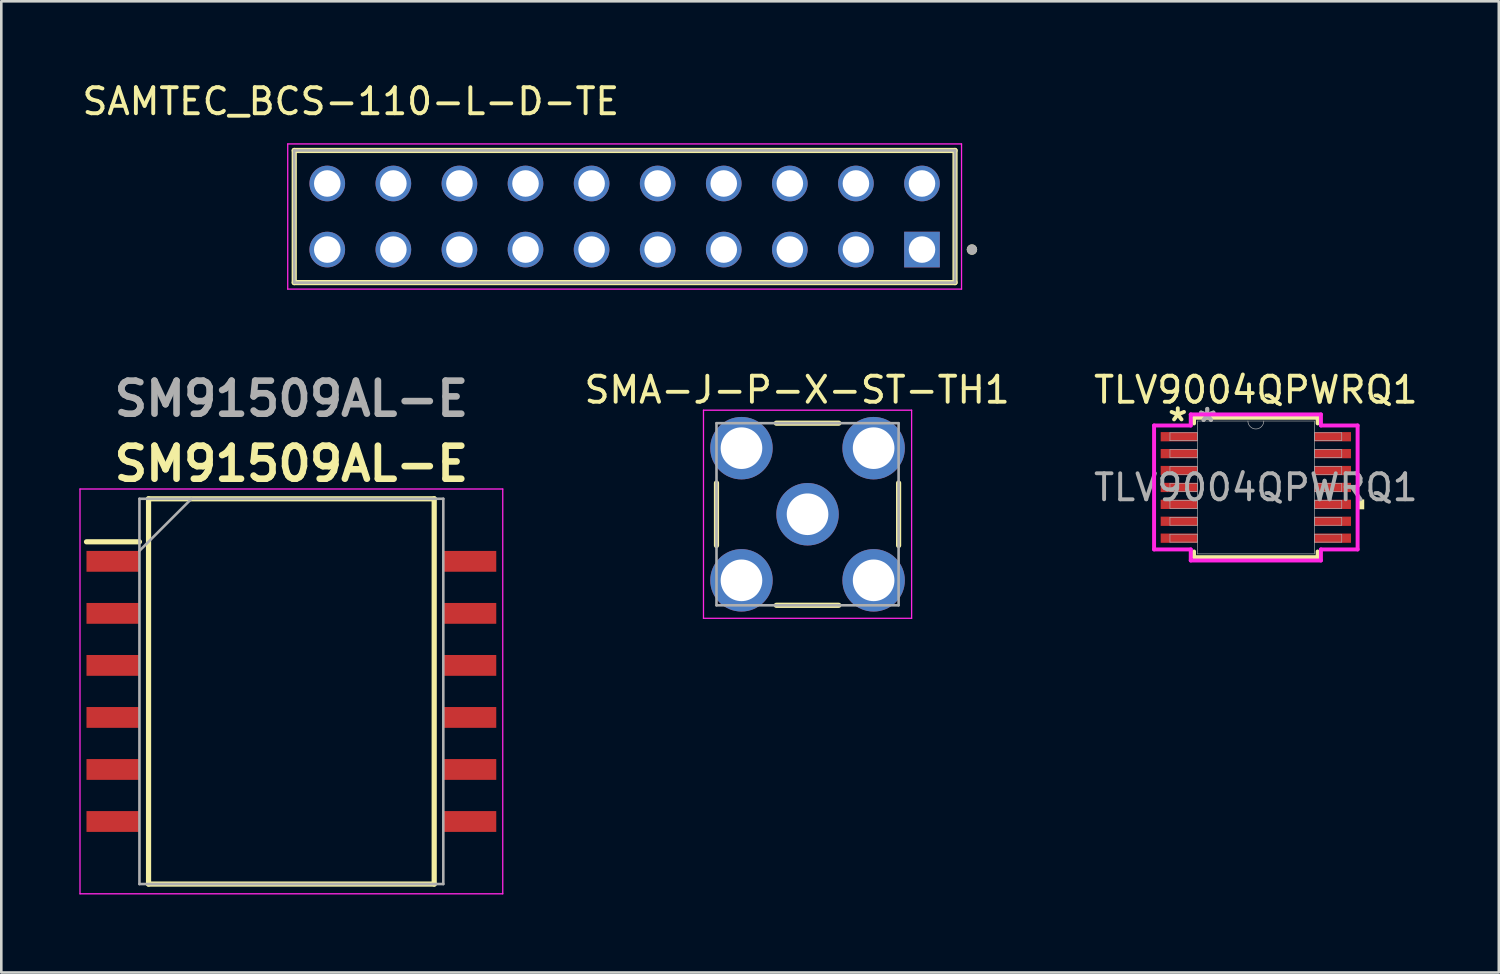
<source format=kicad_pcb>
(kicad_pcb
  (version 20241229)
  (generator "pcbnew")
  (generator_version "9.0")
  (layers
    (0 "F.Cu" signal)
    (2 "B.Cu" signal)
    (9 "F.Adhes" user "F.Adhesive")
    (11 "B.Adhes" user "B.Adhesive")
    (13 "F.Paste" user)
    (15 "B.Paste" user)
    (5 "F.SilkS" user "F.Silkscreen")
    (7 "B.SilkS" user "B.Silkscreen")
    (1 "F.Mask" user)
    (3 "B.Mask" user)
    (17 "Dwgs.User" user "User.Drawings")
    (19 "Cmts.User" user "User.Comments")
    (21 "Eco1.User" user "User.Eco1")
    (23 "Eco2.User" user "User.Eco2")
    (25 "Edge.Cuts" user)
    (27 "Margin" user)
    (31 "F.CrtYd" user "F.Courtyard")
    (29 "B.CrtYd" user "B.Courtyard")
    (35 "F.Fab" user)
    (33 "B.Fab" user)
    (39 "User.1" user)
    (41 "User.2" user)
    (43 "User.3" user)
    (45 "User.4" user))
  (footprint "SM91509AL-E"
    (layer "F.Cu")
    (at 8.15 23.527)
    (property "Reference" "SM91509AL-E" (at 0 -8.75 0) (layer "F.SilkS") (effects (font (size 1.27 1.27) (thickness 0.254))))
    (attr smd)
    (fp_line (start -7.875 -5.75) (end -5.84 -5.75) (stroke (width 0.2) (type solid)) (layer "F.SilkS"))
    (fp_line (start -5.49 -7.405) (end 5.49 -7.405) (stroke (width 0.2) (type solid)) (layer "F.SilkS"))
    (fp_line (start -5.49 7.405) (end -5.49 -7.405) (stroke (width 0.2) (type solid)) (layer "F.SilkS"))
    (fp_line (start 5.49 -7.405) (end 5.49 7.405) (stroke (width 0.2) (type solid)) (layer "F.SilkS"))
    (fp_line (start 5.49 7.405) (end -5.49 7.405) (stroke (width 0.2) (type solid)) (layer "F.SilkS"))
    (fp_line (start -8.125 -7.78) (end 8.125 -7.78) (stroke (width 0.05) (type solid)) (layer "F.CrtYd"))
    (fp_line (start -8.125 7.78) (end -8.125 -7.78) (stroke (width 0.05) (type solid)) (layer "F.CrtYd"))
    (fp_line (start 8.125 -7.78) (end 8.125 7.78) (stroke (width 0.05) (type solid)) (layer "F.CrtYd"))
    (fp_line (start 8.125 7.78) (end -8.125 7.78) (stroke (width 0.05) (type solid)) (layer "F.CrtYd"))
    (fp_line (start -5.84 -7.405) (end 5.84 -7.405) (stroke (width 0.1) (type solid)) (layer "F.Fab"))
    (fp_line (start -5.84 -5.405) (end -3.84 -7.405) (stroke (width 0.1) (type solid)) (layer "F.Fab"))
    (fp_line (start -5.84 7.405) (end -5.84 -7.405) (stroke (width 0.1) (type solid)) (layer "F.Fab"))
    (fp_line (start 5.84 -7.405) (end 5.84 7.405) (stroke (width 0.1) (type solid)) (layer "F.Fab"))
    (fp_line (start 5.84 7.405) (end -5.84 7.405) (stroke (width 0.1) (type solid)) (layer "F.Fab"))
    (fp_text user "${REFERENCE}" (at 0 -11.25 0) (layer "F.Fab") (effects (font (size 1.27 1.27) (thickness 0.254))))
    (pad "1" smd rect (at -6.858 -5 90) (size 0.8 2.035) (layers "F.Cu" "F.Mask" "F.Paste"))
    (pad "2" smd rect (at -6.858 -3 90) (size 0.8 2.035) (layers "F.Cu" "F.Mask" "F.Paste"))
    (pad "3" smd rect (at -6.858 -1 90) (size 0.8 2.035) (layers "F.Cu" "F.Mask" "F.Paste"))
    (pad "4" smd rect (at -6.858 1 90) (size 0.8 2.035) (layers "F.Cu" "F.Mask" "F.Paste"))
    (pad "5" smd rect (at -6.858 3 90) (size 0.8 2.035) (layers "F.Cu" "F.Mask" "F.Paste"))
    (pad "6" smd rect (at -6.858 5 90) (size 0.8 2.035) (layers "F.Cu" "F.Mask" "F.Paste"))
    (pad "7" smd rect (at 6.858 5 90) (size 0.8 2.035) (layers "F.Cu" "F.Mask" "F.Paste"))
    (pad "8" smd rect (at 6.858 3 90) (size 0.8 2.035) (layers "F.Cu" "F.Mask" "F.Paste"))
    (pad "9" smd rect (at 6.858 1 90) (size 0.8 2.035) (layers "F.Cu" "F.Mask" "F.Paste"))
    (pad "10" smd rect (at 6.858 -1 90) (size 0.8 2.035) (layers "F.Cu" "F.Mask" "F.Paste"))
    (pad "11" smd rect (at 6.858 -3 90) (size 0.8 2.035) (layers "F.Cu" "F.Mask" "F.Paste"))
    (pad "12" smd rect (at 6.858 -5 90) (size 0.8 2.035) (layers "F.Cu" "F.Mask" "F.Paste")))
  (footprint "SAMTEC_BCS-110-L-D-TE"
    (layer "F.Cu")
    (at 20.96 5.273)
    (property "Reference" "SAMTEC_BCS-110-L-D-TE" (at -10.525 -4.425 0) (layer "F.SilkS") (effects (font (size 1 1) (thickness 0.15))))
    (attr through_hole)
    (fp_line (start -12.7 2.54) (end -12.7 -2.54) (stroke (width 0.2) (type solid)) (layer "F.SilkS"))
    (fp_line (start 12.7 -2.54) (end -12.7 -2.54) (stroke (width 0.2) (type solid)) (layer "F.SilkS"))
    (fp_line (start 12.7 -2.54) (end 12.7 2.54) (stroke (width 0.2) (type solid)) (layer "F.SilkS"))
    (fp_line (start 12.7 2.54) (end -12.7 2.54) (stroke (width 0.2) (type solid)) (layer "F.SilkS"))
    (fp_circle (center 13.35 1.27) (end 13.45 1.27) (stroke (width 0.2) (type solid)) (fill no) (layer "F.SilkS"))
    (fp_line (start -12.95 -2.79) (end 12.95 -2.79) (stroke (width 0.05) (type solid)) (layer "F.CrtYd"))
    (fp_line (start -12.95 2.79) (end -12.95 -2.79) (stroke (width 0.05) (type solid)) (layer "F.CrtYd"))
    (fp_line (start 12.95 -2.79) (end 12.95 2.79) (stroke (width 0.05) (type solid)) (layer "F.CrtYd"))
    (fp_line (start 12.95 2.79) (end -12.95 2.79) (stroke (width 0.05) (type solid)) (layer "F.CrtYd"))
    (fp_line (start -12.7 -2.54) (end 12.7 -2.54) (stroke (width 0.1) (type solid)) (layer "F.Fab"))
    (fp_line (start -12.7 2.54) (end -12.7 -2.54) (stroke (width 0.1) (type solid)) (layer "F.Fab"))
    (fp_line (start 12.7 -2.54) (end 12.7 2.54) (stroke (width 0.1) (type solid)) (layer "F.Fab"))
    (fp_line (start 12.7 2.54) (end -12.7 2.54) (stroke (width 0.1) (type solid)) (layer "F.Fab"))
    (fp_circle (center 13.35 1.27) (end 13.45 1.27) (stroke (width 0.2) (type solid)) (fill no) (layer "F.Fab"))
    (pad "01" thru_hole rect (at 11.43 1.27) (size 1.37 1.37) (drill 1.02) (layers "*.Cu" "*.Mask"))
    (pad "02" thru_hole circle (at 11.43 -1.27) (size 1.37 1.37) (drill 1.02) (layers "*.Cu" "*.Mask"))
    (pad "03" thru_hole circle (at 8.89 1.27) (size 1.37 1.37) (drill 1.02) (layers "*.Cu" "*.Mask"))
    (pad "04" thru_hole circle (at 8.89 -1.27) (size 1.37 1.37) (drill 1.02) (layers "*.Cu" "*.Mask"))
    (pad "05" thru_hole circle (at 6.35 1.27) (size 1.37 1.37) (drill 1.02) (layers "*.Cu" "*.Mask"))
    (pad "06" thru_hole circle (at 6.35 -1.27) (size 1.37 1.37) (drill 1.02) (layers "*.Cu" "*.Mask"))
    (pad "07" thru_hole circle (at 3.81 1.27) (size 1.37 1.37) (drill 1.02) (layers "*.Cu" "*.Mask"))
    (pad "08" thru_hole circle (at 3.81 -1.27) (size 1.37 1.37) (drill 1.02) (layers "*.Cu" "*.Mask"))
    (pad "09" thru_hole circle (at 1.27 1.27) (size 1.37 1.37) (drill 1.02) (layers "*.Cu" "*.Mask"))
    (pad "10" thru_hole circle (at 1.27 -1.27) (size 1.37 1.37) (drill 1.02) (layers "*.Cu" "*.Mask"))
    (pad "11" thru_hole circle (at -1.27 1.27) (size 1.37 1.37) (drill 1.02) (layers "*.Cu" "*.Mask"))
    (pad "12" thru_hole circle (at -1.27 -1.27) (size 1.37 1.37) (drill 1.02) (layers "*.Cu" "*.Mask"))
    (pad "13" thru_hole circle (at -3.81 1.27) (size 1.37 1.37) (drill 1.02) (layers "*.Cu" "*.Mask"))
    (pad "14" thru_hole circle (at -3.81 -1.27) (size 1.37 1.37) (drill 1.02) (layers "*.Cu" "*.Mask"))
    (pad "15" thru_hole circle (at -6.35 1.27) (size 1.37 1.37) (drill 1.02) (layers "*.Cu" "*.Mask"))
    (pad "16" thru_hole circle (at -6.35 -1.27) (size 1.37 1.37) (drill 1.02) (layers "*.Cu" "*.Mask"))
    (pad "17" thru_hole circle (at -8.89 1.27) (size 1.37 1.37) (drill 1.02) (layers "*.Cu" "*.Mask"))
    (pad "18" thru_hole circle (at -8.89 -1.27) (size 1.37 1.37) (drill 1.02) (layers "*.Cu" "*.Mask"))
    (pad "19" thru_hole circle (at -11.43 1.27) (size 1.37 1.37) (drill 1.02) (layers "*.Cu" "*.Mask"))
    (pad "20" thru_hole circle (at -11.43 -1.27) (size 1.37 1.37) (drill 1.02) (layers "*.Cu" "*.Mask")))
  (footprint "TLV9004QPWRQ1"
    (layer "F.Cu")
    (at 45.223 15.687)
    (property "Reference" "TLV9004QPWRQ1" (at 0 -3.75 0) (unlocked yes) (layer "F.SilkS") (effects (font (size 1 1) (thickness 0.15))))
    (attr smd)
    (fp_line (start -2.375 -2.68) (end -2.375 -2.461) (stroke (width 0.152) (type solid)) (layer "F.SilkS"))
    (fp_line (start -2.375 2.461) (end -2.375 2.68) (stroke (width 0.152) (type solid)) (layer "F.SilkS"))
    (fp_line (start -2.375 2.68) (end 2.375 2.68) (stroke (width 0.152) (type solid)) (layer "F.SilkS"))
    (fp_line (start 2.375 -2.68) (end -2.375 -2.68) (stroke (width 0.152) (type solid)) (layer "F.SilkS"))
    (fp_line (start 2.375 -2.461) (end 2.375 -2.68) (stroke (width 0.152) (type solid)) (layer "F.SilkS"))
    (fp_line (start 2.375 2.68) (end 2.375 2.461) (stroke (width 0.152) (type solid)) (layer "F.SilkS"))
    (fp_poly (pts (xy 4.166 0.459) (xy 4.166 0.84) (xy 3.912 0.84) (xy 3.912 0.459)) (stroke (width 0) (type solid)) (fill yes) (layer "F.SilkS"))
    (fp_line (start -3.912 -2.382) (end -2.502 -2.382) (stroke (width 0.152) (type solid)) (layer "F.CrtYd"))
    (fp_line (start -3.912 2.382) (end -3.912 -2.382) (stroke (width 0.152) (type solid)) (layer "F.CrtYd"))
    (fp_line (start -3.912 2.382) (end -2.502 2.382) (stroke (width 0.152) (type solid)) (layer "F.CrtYd"))
    (fp_line (start -2.502 -2.807) (end 2.502 -2.807) (stroke (width 0.152) (type solid)) (layer "F.CrtYd"))
    (fp_line (start -2.502 -2.382) (end -2.502 -2.807) (stroke (width 0.152) (type solid)) (layer "F.CrtYd"))
    (fp_line (start -2.502 2.807) (end -2.502 2.382) (stroke (width 0.152) (type solid)) (layer "F.CrtYd"))
    (fp_line (start 2.502 -2.807) (end 2.502 -2.382) (stroke (width 0.152) (type solid)) (layer "F.CrtYd"))
    (fp_line (start 2.502 2.382) (end 2.502 2.807) (stroke (width 0.152) (type solid)) (layer "F.CrtYd"))
    (fp_line (start 2.502 2.807) (end -2.502 2.807) (stroke (width 0.152) (type solid)) (layer "F.CrtYd"))
    (fp_line (start 3.912 -2.382) (end 2.502 -2.382) (stroke (width 0.152) (type solid)) (layer "F.CrtYd"))
    (fp_line (start 3.912 -2.382) (end 3.912 2.382) (stroke (width 0.152) (type solid)) (layer "F.CrtYd"))
    (fp_line (start 3.912 2.382) (end 2.502 2.382) (stroke (width 0.152) (type solid)) (layer "F.CrtYd"))
    (fp_line (start -3.302 -2.102) (end -3.302 -1.798) (stroke (width 0.025) (type solid)) (layer "F.Fab"))
    (fp_line (start -3.302 -1.798) (end -2.248 -1.798) (stroke (width 0.025) (type solid)) (layer "F.Fab"))
    (fp_line (start -3.302 -1.452) (end -3.302 -1.148) (stroke (width 0.025) (type solid)) (layer "F.Fab"))
    (fp_line (start -3.302 -1.148) (end -2.248 -1.148) (stroke (width 0.025) (type solid)) (layer "F.Fab"))
    (fp_line (start -3.302 -0.802) (end -3.302 -0.498) (stroke (width 0.025) (type solid)) (layer "F.Fab"))
    (fp_line (start -3.302 -0.498) (end -2.248 -0.498) (stroke (width 0.025) (type solid)) (layer "F.Fab"))
    (fp_line (start -3.302 -0.152) (end -3.302 0.152) (stroke (width 0.025) (type solid)) (layer "F.Fab"))
    (fp_line (start -3.302 0.152) (end -2.248 0.152) (stroke (width 0.025) (type solid)) (layer "F.Fab"))
    (fp_line (start -3.302 0.498) (end -3.302 0.802) (stroke (width 0.025) (type solid)) (layer "F.Fab"))
    (fp_line (start -3.302 0.802) (end -2.248 0.802) (stroke (width 0.025) (type solid)) (layer "F.Fab"))
    (fp_line (start -3.302 1.148) (end -3.302 1.452) (stroke (width 0.025) (type solid)) (layer "F.Fab"))
    (fp_line (start -3.302 1.452) (end -2.248 1.452) (stroke (width 0.025) (type solid)) (layer "F.Fab"))
    (fp_line (start -3.302 1.798) (end -3.302 2.102) (stroke (width 0.025) (type solid)) (layer "F.Fab"))
    (fp_line (start -3.302 2.102) (end -2.248 2.102) (stroke (width 0.025) (type solid)) (layer "F.Fab"))
    (fp_line (start -2.248 -2.553) (end -2.248 2.553) (stroke (width 0.025) (type solid)) (layer "F.Fab"))
    (fp_line (start -2.248 -2.102) (end -3.302 -2.102) (stroke (width 0.025) (type solid)) (layer "F.Fab"))
    (fp_line (start -2.248 -1.798) (end -2.248 -2.102) (stroke (width 0.025) (type solid)) (layer "F.Fab"))
    (fp_line (start -2.248 -1.452) (end -3.302 -1.452) (stroke (width 0.025) (type solid)) (layer "F.Fab"))
    (fp_line (start -2.248 -1.148) (end -2.248 -1.452) (stroke (width 0.025) (type solid)) (layer "F.Fab"))
    (fp_line (start -2.248 -0.802) (end -3.302 -0.802) (stroke (width 0.025) (type solid)) (layer "F.Fab"))
    (fp_line (start -2.248 -0.498) (end -2.248 -0.802) (stroke (width 0.025) (type solid)) (layer "F.Fab"))
    (fp_line (start -2.248 -0.152) (end -3.302 -0.152) (stroke (width 0.025) (type solid)) (layer "F.Fab"))
    (fp_line (start -2.248 0.152) (end -2.248 -0.152) (stroke (width 0.025) (type solid)) (layer "F.Fab"))
    (fp_line (start -2.248 0.498) (end -3.302 0.498) (stroke (width 0.025) (type solid)) (layer "F.Fab"))
    (fp_line (start -2.248 0.802) (end -2.248 0.498) (stroke (width 0.025) (type solid)) (layer "F.Fab"))
    (fp_line (start -2.248 1.148) (end -3.302 1.148) (stroke (width 0.025) (type solid)) (layer "F.Fab"))
    (fp_line (start -2.248 1.452) (end -2.248 1.148) (stroke (width 0.025) (type solid)) (layer "F.Fab"))
    (fp_line (start -2.248 1.798) (end -3.302 1.798) (stroke (width 0.025) (type solid)) (layer "F.Fab"))
    (fp_line (start -2.248 2.102) (end -2.248 1.798) (stroke (width 0.025) (type solid)) (layer "F.Fab"))
    (fp_line (start -2.248 2.553) (end 2.248 2.553) (stroke (width 0.025) (type solid)) (layer "F.Fab"))
    (fp_line (start 2.248 -2.553) (end -2.248 -2.553) (stroke (width 0.025) (type solid)) (layer "F.Fab"))
    (fp_line (start 2.248 -2.102) (end 2.248 -1.798) (stroke (width 0.025) (type solid)) (layer "F.Fab"))
    (fp_line (start 2.248 -1.798) (end 3.302 -1.798) (stroke (width 0.025) (type solid)) (layer "F.Fab"))
    (fp_line (start 2.248 -1.452) (end 2.248 -1.148) (stroke (width 0.025) (type solid)) (layer "F.Fab"))
    (fp_line (start 2.248 -1.148) (end 3.302 -1.148) (stroke (width 0.025) (type solid)) (layer "F.Fab"))
    (fp_line (start 2.248 -0.802) (end 2.248 -0.498) (stroke (width 0.025) (type solid)) (layer "F.Fab"))
    (fp_line (start 2.248 -0.498) (end 3.302 -0.498) (stroke (width 0.025) (type solid)) (layer "F.Fab"))
    (fp_line (start 2.248 -0.152) (end 2.248 0.152) (stroke (width 0.025) (type solid)) (layer "F.Fab"))
    (fp_line (start 2.248 0.152) (end 3.302 0.152) (stroke (width 0.025) (type solid)) (layer "F.Fab"))
    (fp_line (start 2.248 0.498) (end 2.248 0.802) (stroke (width 0.025) (type solid)) (layer "F.Fab"))
    (fp_line (start 2.248 0.802) (end 3.302 0.802) (stroke (width 0.025) (type solid)) (layer "F.Fab"))
    (fp_line (start 2.248 1.148) (end 2.248 1.452) (stroke (width 0.025) (type solid)) (layer "F.Fab"))
    (fp_line (start 2.248 1.452) (end 3.302 1.452) (stroke (width 0.025) (type solid)) (layer "F.Fab"))
    (fp_line (start 2.248 1.798) (end 2.248 2.102) (stroke (width 0.025) (type solid)) (layer "F.Fab"))
    (fp_line (start 2.248 2.102) (end 3.302 2.102) (stroke (width 0.025) (type solid)) (layer "F.Fab"))
    (fp_line (start 2.248 2.553) (end 2.248 -2.553) (stroke (width 0.025) (type solid)) (layer "F.Fab"))
    (fp_line (start 3.302 -2.102) (end 2.248 -2.102) (stroke (width 0.025) (type solid)) (layer "F.Fab"))
    (fp_line (start 3.302 -1.798) (end 3.302 -2.102) (stroke (width 0.025) (type solid)) (layer "F.Fab"))
    (fp_line (start 3.302 -1.452) (end 2.248 -1.452) (stroke (width 0.025) (type solid)) (layer "F.Fab"))
    (fp_line (start 3.302 -1.148) (end 3.302 -1.452) (stroke (width 0.025) (type solid)) (layer "F.Fab"))
    (fp_line (start 3.302 -0.802) (end 2.248 -0.802) (stroke (width 0.025) (type solid)) (layer "F.Fab"))
    (fp_line (start 3.302 -0.498) (end 3.302 -0.802) (stroke (width 0.025) (type solid)) (layer "F.Fab"))
    (fp_line (start 3.302 -0.152) (end 2.248 -0.152) (stroke (width 0.025) (type solid)) (layer "F.Fab"))
    (fp_line (start 3.302 0.152) (end 3.302 -0.152) (stroke (width 0.025) (type solid)) (layer "F.Fab"))
    (fp_line (start 3.302 0.498) (end 2.248 0.498) (stroke (width 0.025) (type solid)) (layer "F.Fab"))
    (fp_line (start 3.302 0.802) (end 3.302 0.498) (stroke (width 0.025) (type solid)) (layer "F.Fab"))
    (fp_line (start 3.302 1.148) (end 2.248 1.148) (stroke (width 0.025) (type solid)) (layer "F.Fab"))
    (fp_line (start 3.302 1.452) (end 3.302 1.148) (stroke (width 0.025) (type solid)) (layer "F.Fab"))
    (fp_line (start 3.302 1.798) (end 2.248 1.798) (stroke (width 0.025) (type solid)) (layer "F.Fab"))
    (fp_line (start 3.302 2.102) (end 3.302 1.798) (stroke (width 0.025) (type solid)) (layer "F.Fab"))
    (fp_arc (start 0.3048 -2.5527) (mid 0 -2.2479) (end -0.3048 -2.5527) (stroke (width 0.0254) (type solid)) (layer "F.Fab"))
    (fp_text user "*" (at -3 -2.5 0) (unlocked yes) (layer "F.SilkS") (effects (font (size 1 1) (thickness 0.15))))
    (fp_text user "*" (at -1.867 -2.477 0) (layer "F.Fab") (effects (font (size 1 1) (thickness 0.15))))
    (fp_text user "*" (at -1.867 -2.477 0) (unlocked yes) (layer "F.Fab") (effects (font (size 1 1) (thickness 0.15))))
    (fp_text user "${REFERENCE}" (at 0 0 0) (unlocked yes) (layer "F.Fab") (effects (font (size 1 1) (thickness 0.15))))
    (pad "1" smd rect (at -2.953 -1.95) (size 1.41 0.356) (layers "F.Cu" "F.Mask" "F.Paste"))
    (pad "2" smd rect (at -2.953 -1.3) (size 1.41 0.356) (layers "F.Cu" "F.Mask" "F.Paste"))
    (pad "3" smd rect (at -2.953 -0.65) (size 1.41 0.356) (layers "F.Cu" "F.Mask" "F.Paste"))
    (pad "4" smd rect (at -2.953 0) (size 1.41 0.356) (layers "F.Cu" "F.Mask" "F.Paste"))
    (pad "5" smd rect (at -2.953 0.65) (size 1.41 0.356) (layers "F.Cu" "F.Mask" "F.Paste"))
    (pad "6" smd rect (at -2.953 1.3) (size 1.41 0.356) (layers "F.Cu" "F.Mask" "F.Paste"))
    (pad "7" smd rect (at -2.953 1.95) (size 1.41 0.356) (layers "F.Cu" "F.Mask" "F.Paste"))
    (pad "8" smd rect (at 2.953 1.95) (size 1.41 0.356) (layers "F.Cu" "F.Mask" "F.Paste"))
    (pad "9" smd rect (at 2.953 1.3) (size 1.41 0.356) (layers "F.Cu" "F.Mask" "F.Paste"))
    (pad "10" smd rect (at 2.953 0.65) (size 1.41 0.356) (layers "F.Cu" "F.Mask" "F.Paste"))
    (pad "11" smd rect (at 2.953 0) (size 1.41 0.356) (layers "F.Cu" "F.Mask" "F.Paste"))
    (pad "12" smd rect (at 2.953 -0.65) (size 1.41 0.356) (layers "F.Cu" "F.Mask" "F.Paste"))
    (pad "13" smd rect (at 2.953 -1.3) (size 1.41 0.356) (layers "F.Cu" "F.Mask" "F.Paste"))
    (pad "14" smd rect (at 2.953 -1.95) (size 1.41 0.356) (layers "F.Cu" "F.Mask" "F.Paste")))
  (footprint "SMA-J-P-X-ST-TH1"
    (layer "F.Cu")
    (at 27.991 16.717)
    (property "Reference" "SMA-J-P-X-ST-TH1" (at -0.4 -4.78 0) (layer "F.SilkS") (effects (font (size 1 1) (thickness 0.15))))
    (attr through_hole)
    (fp_line (start -3.5 1.2) (end -3.5 -1.2) (stroke (width 0.2) (type solid)) (layer "F.SilkS"))
    (fp_line (start -1.2 -3.5) (end 1.2 -3.5) (stroke (width 0.2) (type solid)) (layer "F.SilkS"))
    (fp_line (start 1.2 3.5) (end -1.2 3.5) (stroke (width 0.2) (type solid)) (layer "F.SilkS"))
    (fp_line (start 3.5 1.2) (end 3.5 -1.2) (stroke (width 0.2) (type solid)) (layer "F.SilkS"))
    (fp_line (start -4 -4) (end -4 4) (stroke (width 0.05) (type solid)) (layer "F.CrtYd"))
    (fp_line (start -4 -4) (end 4 -4) (stroke (width 0.05) (type solid)) (layer "F.CrtYd"))
    (fp_line (start 4 -4) (end 4 4) (stroke (width 0.05) (type solid)) (layer "F.CrtYd"))
    (fp_line (start 4 4) (end -4 4) (stroke (width 0.05) (type solid)) (layer "F.CrtYd"))
    (fp_line (start -3.5 -3.5) (end 3.5 -3.5) (stroke (width 0.1) (type solid)) (layer "F.Fab"))
    (fp_line (start -3.5 3.5) (end -3.5 -3.5) (stroke (width 0.1) (type solid)) (layer "F.Fab"))
    (fp_line (start 3.5 -3.5) (end 3.5 3.5) (stroke (width 0.1) (type solid)) (layer "F.Fab"))
    (fp_line (start 3.5 3.5) (end -3.5 3.5) (stroke (width 0.1) (type solid)) (layer "F.Fab"))
    (pad "1" thru_hole circle (at 0 0) (size 2.4 2.4) (drill 1.6) (layers "*.Cu" "*.Mask"))
    (pad "2" thru_hole circle (at 2.54 2.54) (size 2.4 2.4) (drill 1.6) (layers "*.Cu" "*.Mask"))
    (pad "3" thru_hole circle (at 2.54 -2.54) (size 2.4 2.4) (drill 1.6) (layers "*.Cu" "*.Mask"))
    (pad "4" thru_hole circle (at -2.54 -2.54) (size 2.4 2.4) (drill 1.6) (layers "*.Cu" "*.Mask"))
    (pad "5" thru_hole circle (at -2.54 2.54) (size 2.4 2.4) (drill 1.6) (layers "*.Cu" "*.Mask")))
  (gr_rect
    (start -3 -3)
    (end 54.562 34.332)
    (stroke (width 0.1) (type default))
    (fill no)
    (layer "Edge.Cuts")))
</source>
